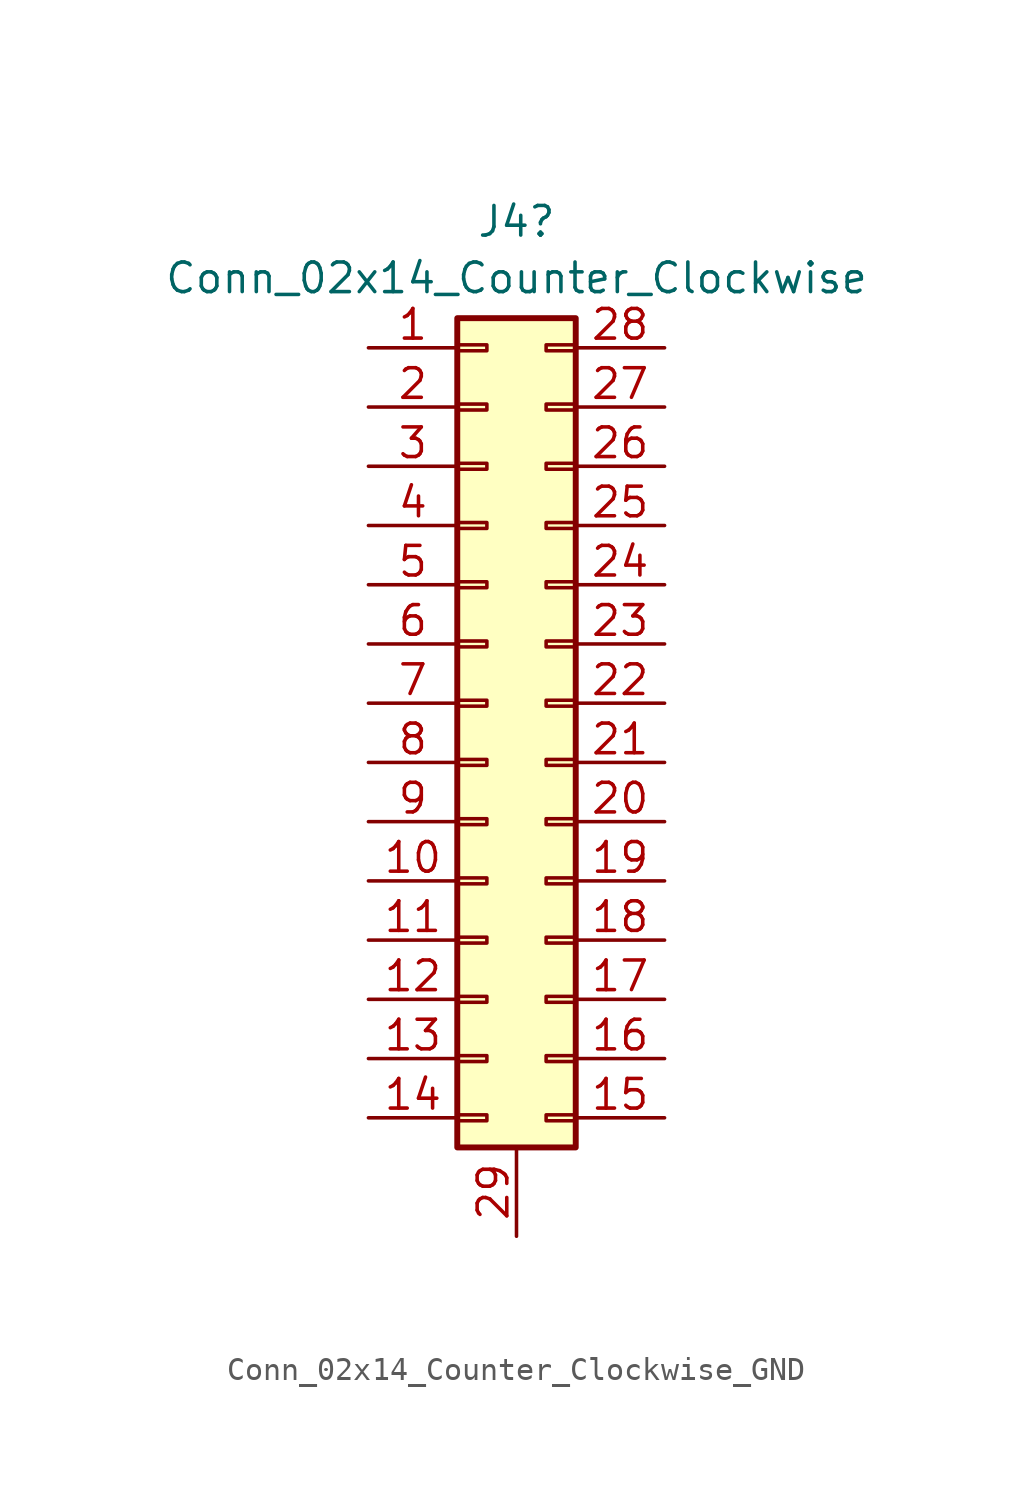
<source format=kicad_sym>
(kicad_symbol_lib
  (version 20220914)
  (generator kicad_symbol_editor)
  (symbol "Conn_02x14_Counter_Clockwise_GND"
    (pin_names
      (offset 1.016) hide)
    (property "Reference" "J4"
      (at 1.27 20.654 0)
      (effects (font (size 1.27 1.27))))
    (property "Value" "Conn_02x14_Counter_Clockwise"
      (at 1.27 18.23 0)
      (effects (font (size 1.27 1.27))))
    (symbol "Conn_02x14_Counter_Clockwise_GND_1_1"
      (rectangle (start -1.27 -17.653) (end 0 -17.907) (stroke (width 0.152) (type default)) (fill (type none)))
      (rectangle (start -1.27 -15.113) (end 0 -15.367) (stroke (width 0.152) (type default)) (fill (type none)))
      (rectangle (start -1.27 -12.573) (end 0 -12.827) (stroke (width 0.152) (type default)) (fill (type none)))
      (rectangle (start -1.27 -10.033) (end 0 -10.287) (stroke (width 0.152) (type default)) (fill (type none)))
      (rectangle (start -1.27 -7.493) (end 0 -7.747) (stroke (width 0.152) (type default)) (fill (type none)))
      (rectangle (start -1.27 -4.953) (end 0 -5.207) (stroke (width 0.152) (type default)) (fill (type none)))
      (rectangle (start -1.27 -2.413) (end 0 -2.667) (stroke (width 0.152) (type default)) (fill (type none)))
      (rectangle (start -1.27 0.127) (end 0 -0.127) (stroke (width 0.152) (type default)) (fill (type none)))
      (rectangle (start -1.27 2.667) (end 0 2.413) (stroke (width 0.152) (type default)) (fill (type none)))
      (rectangle (start -1.27 5.207) (end 0 4.953) (stroke (width 0.152) (type default)) (fill (type none)))
      (rectangle (start -1.27 7.747) (end 0 7.493) (stroke (width 0.152) (type default)) (fill (type none)))
      (rectangle (start -1.27 10.287) (end 0 10.033) (stroke (width 0.152) (type default)) (fill (type none)))
      (rectangle (start -1.27 12.827) (end 0 12.573) (stroke (width 0.152) (type default)) (fill (type none)))
      (rectangle (start -1.27 15.367) (end 0 15.113) (stroke (width 0.152) (type default)) (fill (type none)))
      (rectangle (start -1.27 16.51) (end 3.81 -19.05) (stroke (width 0.254) (type default)) (fill (type background)))
      (rectangle (start 3.81 -17.653) (end 2.54 -17.907) (stroke (width 0.152) (type default)) (fill (type none)))
      (rectangle (start 3.81 -15.113) (end 2.54 -15.367) (stroke (width 0.152) (type default)) (fill (type none)))
      (rectangle (start 3.81 -12.573) (end 2.54 -12.827) (stroke (width 0.152) (type default)) (fill (type none)))
      (rectangle (start 3.81 -10.033) (end 2.54 -10.287) (stroke (width 0.152) (type default)) (fill (type none)))
      (rectangle (start 3.81 -7.493) (end 2.54 -7.747) (stroke (width 0.152) (type default)) (fill (type none)))
      (rectangle (start 3.81 -4.953) (end 2.54 -5.207) (stroke (width 0.152) (type default)) (fill (type none)))
      (rectangle (start 3.81 -2.413) (end 2.54 -2.667) (stroke (width 0.152) (type default)) (fill (type none)))
      (rectangle (start 3.81 0.127) (end 2.54 -0.127) (stroke (width 0.152) (type default)) (fill (type none)))
      (rectangle (start 3.81 2.667) (end 2.54 2.413) (stroke (width 0.152) (type default)) (fill (type none)))
      (rectangle (start 3.81 5.207) (end 2.54 4.953) (stroke (width 0.152) (type default)) (fill (type none)))
      (rectangle (start 3.81 7.747) (end 2.54 7.493) (stroke (width 0.152) (type default)) (fill (type none)))
      (rectangle (start 3.81 10.287) (end 2.54 10.033) (stroke (width 0.152) (type default)) (fill (type none)))
      (rectangle (start 3.81 12.827) (end 2.54 12.573) (stroke (width 0.152) (type default)) (fill (type none)))
      (rectangle (start 3.81 15.367) (end 2.54 15.113) (stroke (width 0.152) (type default)) (fill (type none)))
      (pin passive line (at -5.08 15.24 0) (length 3.81) (name "Pin_1" (effects (font (size 1.27 1.27)))) (number "1" (effects (font (size 1.27 1.27)))))
      (pin passive line (at -5.08 -7.62 0) (length 3.81) (name "Pin_10" (effects (font (size 1.27 1.27)))) (number "10" (effects (font (size 1.27 1.27)))))
      (pin passive line (at -5.08 -10.16 0) (length 3.81) (name "Pin_11" (effects (font (size 1.27 1.27)))) (number "11" (effects (font (size 1.27 1.27)))))
      (pin passive line (at -5.08 -12.7 0) (length 3.81) (name "Pin_12" (effects (font (size 1.27 1.27)))) (number "12" (effects (font (size 1.27 1.27)))))
      (pin passive line (at -5.08 -15.24 0) (length 3.81) (name "Pin_13" (effects (font (size 1.27 1.27)))) (number "13" (effects (font (size 1.27 1.27)))))
      (pin passive line (at -5.08 -17.78 0) (length 3.81) (name "Pin_14" (effects (font (size 1.27 1.27)))) (number "14" (effects (font (size 1.27 1.27)))))
      (pin passive line (at 7.62 -17.78 180) (length 3.81) (name "Pin_15" (effects (font (size 1.27 1.27)))) (number "15" (effects (font (size 1.27 1.27)))))
      (pin passive line (at 7.62 -15.24 180) (length 3.81) (name "Pin_16" (effects (font (size 1.27 1.27)))) (number "16" (effects (font (size 1.27 1.27)))))
      (pin passive line (at 7.62 -12.7 180) (length 3.81) (name "Pin_17" (effects (font (size 1.27 1.27)))) (number "17" (effects (font (size 1.27 1.27)))))
      (pin passive line (at 7.62 -10.16 180) (length 3.81) (name "Pin_18" (effects (font (size 1.27 1.27)))) (number "18" (effects (font (size 1.27 1.27)))))
      (pin passive line (at 7.62 -7.62 180) (length 3.81) (name "Pin_19" (effects (font (size 1.27 1.27)))) (number "19" (effects (font (size 1.27 1.27)))))
      (pin passive line (at -5.08 12.7 0) (length 3.81) (name "Pin_2" (effects (font (size 1.27 1.27)))) (number "2" (effects (font (size 1.27 1.27)))))
      (pin passive line (at 7.62 -5.08 180) (length 3.81) (name "Pin_20" (effects (font (size 1.27 1.27)))) (number "20" (effects (font (size 1.27 1.27)))))
      (pin passive line (at 7.62 -2.54 180) (length 3.81) (name "Pin_21" (effects (font (size 1.27 1.27)))) (number "21" (effects (font (size 1.27 1.27)))))
      (pin passive line (at 7.62 0 180) (length 3.81) (name "Pin_22" (effects (font (size 1.27 1.27)))) (number "22" (effects (font (size 1.27 1.27)))))
      (pin passive line (at 7.62 2.54 180) (length 3.81) (name "Pin_23" (effects (font (size 1.27 1.27)))) (number "23" (effects (font (size 1.27 1.27)))))
      (pin passive line (at 7.62 5.08 180) (length 3.81) (name "Pin_24" (effects (font (size 1.27 1.27)))) (number "24" (effects (font (size 1.27 1.27)))))
      (pin passive line (at 7.62 7.62 180) (length 3.81) (name "Pin_25" (effects (font (size 1.27 1.27)))) (number "25" (effects (font (size 1.27 1.27)))))
      (pin passive line (at 7.62 10.16 180) (length 3.81) (name "Pin_26" (effects (font (size 1.27 1.27)))) (number "26" (effects (font (size 1.27 1.27)))))
      (pin passive line (at 7.62 12.7 180) (length 3.81) (name "Pin_27" (effects (font (size 1.27 1.27)))) (number "27" (effects (font (size 1.27 1.27)))))
      (pin passive line (at 7.62 15.24 180) (length 3.81) (name "Pin_28" (effects (font (size 1.27 1.27)))) (number "28" (effects (font (size 1.27 1.27)))))
      (pin power_in line (at 1.27 -22.86 90) (length 3.81) (name "GND" (effects (font (size 1.27 1.27)))) (number "29" (effects (font (size 1.27 1.27)))))
      (pin passive line (at -5.08 10.16 0) (length 3.81) (name "Pin_3" (effects (font (size 1.27 1.27)))) (number "3" (effects (font (size 1.27 1.27)))))
      (pin passive line (at -5.08 7.62 0) (length 3.81) (name "Pin_4" (effects (font (size 1.27 1.27)))) (number "4" (effects (font (size 1.27 1.27)))))
      (pin passive line (at -5.08 5.08 0) (length 3.81) (name "Pin_5" (effects (font (size 1.27 1.27)))) (number "5" (effects (font (size 1.27 1.27)))))
      (pin passive line (at -5.08 2.54 0) (length 3.81) (name "Pin_6" (effects (font (size 1.27 1.27)))) (number "6" (effects (font (size 1.27 1.27)))))
      (pin passive line (at -5.08 0 0) (length 3.81) (name "Pin_7" (effects (font (size 1.27 1.27)))) (number "7" (effects (font (size 1.27 1.27)))))
      (pin passive line (at -5.08 -2.54 0) (length 3.81) (name "Pin_8" (effects (font (size 1.27 1.27)))) (number "8" (effects (font (size 1.27 1.27)))))
      (pin passive line (at -5.08 -5.08 0) (length 3.81) (name "Pin_9" (effects (font (size 1.27 1.27)))) (number "9" (effects (font (size 1.27 1.27))))))))
</source>
